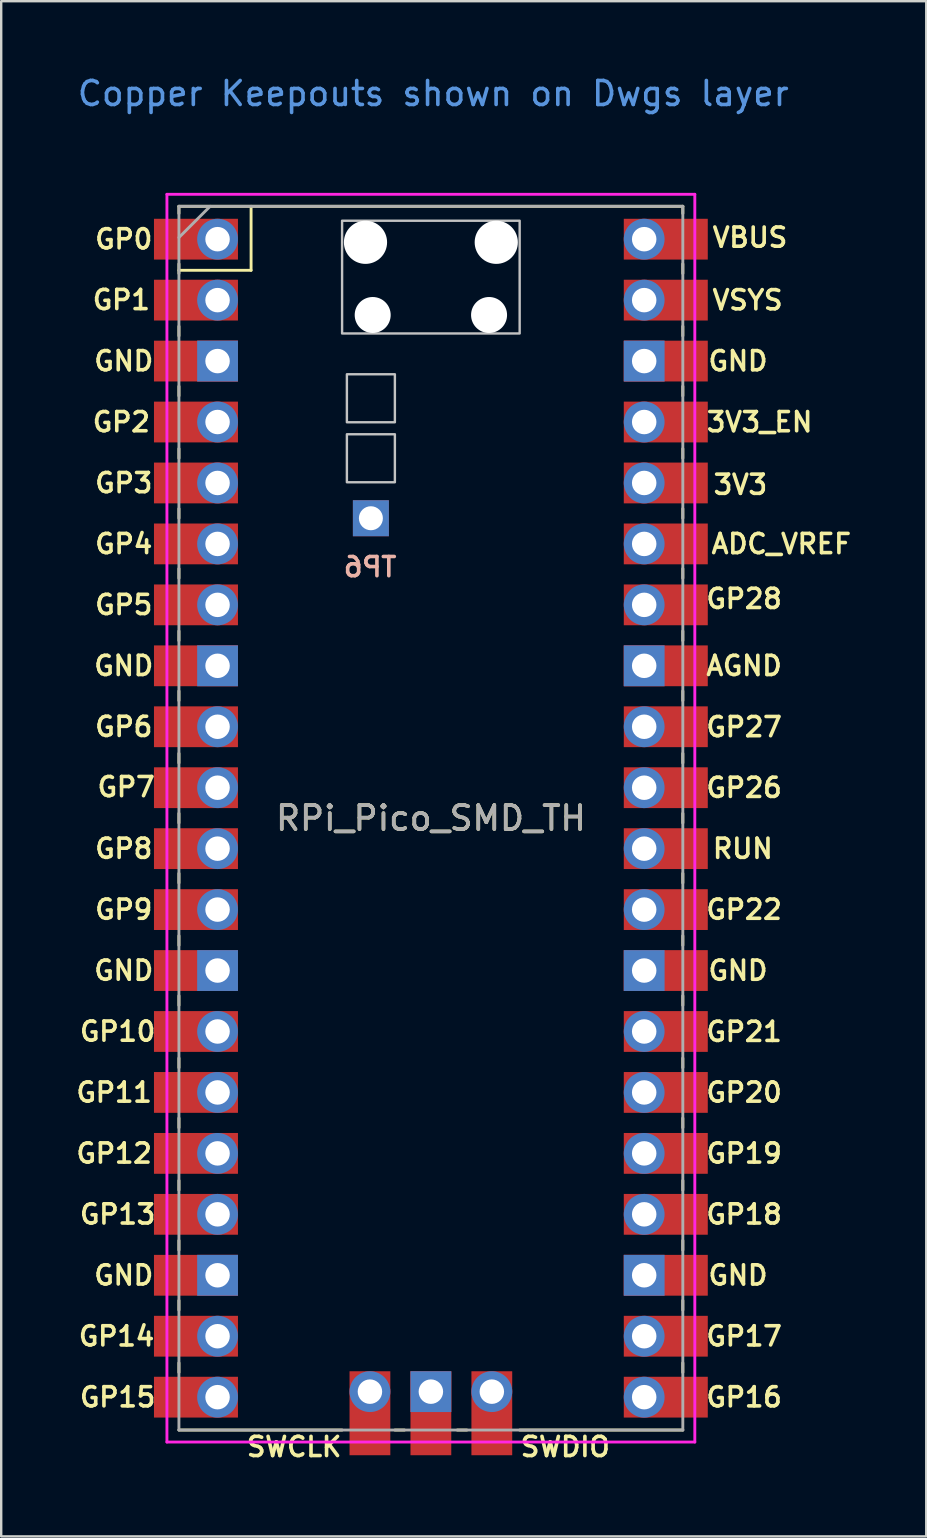
<source format=kicad_pcb>
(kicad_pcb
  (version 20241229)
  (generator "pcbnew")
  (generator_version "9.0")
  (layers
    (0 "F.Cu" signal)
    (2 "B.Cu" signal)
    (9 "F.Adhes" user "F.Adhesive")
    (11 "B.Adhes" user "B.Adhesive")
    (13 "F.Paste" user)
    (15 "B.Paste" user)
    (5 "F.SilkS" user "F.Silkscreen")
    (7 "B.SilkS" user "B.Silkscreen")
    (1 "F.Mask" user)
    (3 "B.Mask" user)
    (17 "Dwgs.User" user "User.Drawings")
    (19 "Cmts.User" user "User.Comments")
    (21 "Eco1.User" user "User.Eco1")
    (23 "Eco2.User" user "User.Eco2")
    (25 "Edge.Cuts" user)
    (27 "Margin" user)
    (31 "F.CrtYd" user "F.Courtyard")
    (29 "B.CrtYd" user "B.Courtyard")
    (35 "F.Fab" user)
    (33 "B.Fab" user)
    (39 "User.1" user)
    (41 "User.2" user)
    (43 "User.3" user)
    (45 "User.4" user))
  (footprint "RPi_Pico_SMD_TH"
    (layer "F.Cu")
    (at 14.907 31.048)
    (property "Reference" "RPi_Pico_SMD_TH" (at 0 0 0) (layer "F.SilkS") (effects (font (size 1 1) (thickness 0.15))))
    (attr through_hole)
    (fp_line (start -10.5 -25.5) (end -10.5 -25.2) (stroke (width 0.12) (type solid)) (layer "F.SilkS"))
    (fp_line (start -10.5 -25.5) (end 10.5 -25.5) (stroke (width 0.12) (type solid)) (layer "F.SilkS"))
    (fp_line (start -10.5 -23.1) (end -10.5 -22.7) (stroke (width 0.12) (type solid)) (layer "F.SilkS"))
    (fp_line (start -10.5 -22.833) (end -7.493 -22.833) (stroke (width 0.12) (type solid)) (layer "F.SilkS"))
    (fp_line (start -10.5 -20.5) (end -10.5 -20.1) (stroke (width 0.12) (type solid)) (layer "F.SilkS"))
    (fp_line (start -10.5 -18) (end -10.5 -17.6) (stroke (width 0.12) (type solid)) (layer "F.SilkS"))
    (fp_line (start -10.5 -15.4) (end -10.5 -15) (stroke (width 0.12) (type solid)) (layer "F.SilkS"))
    (fp_line (start -10.5 -12.9) (end -10.5 -12.5) (stroke (width 0.12) (type solid)) (layer "F.SilkS"))
    (fp_line (start -10.5 -10.4) (end -10.5 -10) (stroke (width 0.12) (type solid)) (layer "F.SilkS"))
    (fp_line (start -10.5 -7.8) (end -10.5 -7.4) (stroke (width 0.12) (type solid)) (layer "F.SilkS"))
    (fp_line (start -10.5 -5.3) (end -10.5 -4.9) (stroke (width 0.12) (type solid)) (layer "F.SilkS"))
    (fp_line (start -10.5 -2.7) (end -10.5 -2.3) (stroke (width 0.12) (type solid)) (layer "F.SilkS"))
    (fp_line (start -10.5 -0.2) (end -10.5 0.2) (stroke (width 0.12) (type solid)) (layer "F.SilkS"))
    (fp_line (start -10.5 2.3) (end -10.5 2.7) (stroke (width 0.12) (type solid)) (layer "F.SilkS"))
    (fp_line (start -10.5 4.9) (end -10.5 5.3) (stroke (width 0.12) (type solid)) (layer "F.SilkS"))
    (fp_line (start -10.5 7.4) (end -10.5 7.8) (stroke (width 0.12) (type solid)) (layer "F.SilkS"))
    (fp_line (start -10.5 10) (end -10.5 10.4) (stroke (width 0.12) (type solid)) (layer "F.SilkS"))
    (fp_line (start -10.5 12.5) (end -10.5 12.9) (stroke (width 0.12) (type solid)) (layer "F.SilkS"))
    (fp_line (start -10.5 15.1) (end -10.5 15.5) (stroke (width 0.12) (type solid)) (layer "F.SilkS"))
    (fp_line (start -10.5 17.6) (end -10.5 18) (stroke (width 0.12) (type solid)) (layer "F.SilkS"))
    (fp_line (start -10.5 20.1) (end -10.5 20.5) (stroke (width 0.12) (type solid)) (layer "F.SilkS"))
    (fp_line (start -10.5 22.7) (end -10.5 23.1) (stroke (width 0.12) (type solid)) (layer "F.SilkS"))
    (fp_line (start -7.493 -22.833) (end -7.493 -25.5) (stroke (width 0.12) (type solid)) (layer "F.SilkS"))
    (fp_line (start -3.7 25.5) (end -10.5 25.5) (stroke (width 0.12) (type solid)) (layer "F.SilkS"))
    (fp_line (start -1.5 25.5) (end -1.1 25.5) (stroke (width 0.12) (type solid)) (layer "F.SilkS"))
    (fp_line (start 1.1 25.5) (end 1.5 25.5) (stroke (width 0.12) (type solid)) (layer "F.SilkS"))
    (fp_line (start 10.5 -25.5) (end 10.5 -25.2) (stroke (width 0.12) (type solid)) (layer "F.SilkS"))
    (fp_line (start 10.5 -23.1) (end 10.5 -22.7) (stroke (width 0.12) (type solid)) (layer "F.SilkS"))
    (fp_line (start 10.5 -20.5) (end 10.5 -20.1) (stroke (width 0.12) (type solid)) (layer "F.SilkS"))
    (fp_line (start 10.5 -18) (end 10.5 -17.6) (stroke (width 0.12) (type solid)) (layer "F.SilkS"))
    (fp_line (start 10.5 -15.4) (end 10.5 -15) (stroke (width 0.12) (type solid)) (layer "F.SilkS"))
    (fp_line (start 10.5 -12.9) (end 10.5 -12.5) (stroke (width 0.12) (type solid)) (layer "F.SilkS"))
    (fp_line (start 10.5 -10.4) (end 10.5 -10) (stroke (width 0.12) (type solid)) (layer "F.SilkS"))
    (fp_line (start 10.5 -7.8) (end 10.5 -7.4) (stroke (width 0.12) (type solid)) (layer "F.SilkS"))
    (fp_line (start 10.5 -5.3) (end 10.5 -4.9) (stroke (width 0.12) (type solid)) (layer "F.SilkS"))
    (fp_line (start 10.5 -2.7) (end 10.5 -2.3) (stroke (width 0.12) (type solid)) (layer "F.SilkS"))
    (fp_line (start 10.5 -0.2) (end 10.5 0.2) (stroke (width 0.12) (type solid)) (layer "F.SilkS"))
    (fp_line (start 10.5 2.3) (end 10.5 2.7) (stroke (width 0.12) (type solid)) (layer "F.SilkS"))
    (fp_line (start 10.5 4.9) (end 10.5 5.3) (stroke (width 0.12) (type solid)) (layer "F.SilkS"))
    (fp_line (start 10.5 7.4) (end 10.5 7.8) (stroke (width 0.12) (type solid)) (layer "F.SilkS"))
    (fp_line (start 10.5 10) (end 10.5 10.4) (stroke (width 0.12) (type solid)) (layer "F.SilkS"))
    (fp_line (start 10.5 12.5) (end 10.5 12.9) (stroke (width 0.12) (type solid)) (layer "F.SilkS"))
    (fp_line (start 10.5 15.1) (end 10.5 15.5) (stroke (width 0.12) (type solid)) (layer "F.SilkS"))
    (fp_line (start 10.5 17.6) (end 10.5 18) (stroke (width 0.12) (type solid)) (layer "F.SilkS"))
    (fp_line (start 10.5 20.1) (end 10.5 20.5) (stroke (width 0.12) (type solid)) (layer "F.SilkS"))
    (fp_line (start 10.5 22.7) (end 10.5 23.1) (stroke (width 0.12) (type solid)) (layer "F.SilkS"))
    (fp_line (start 10.5 25.5) (end 3.7 25.5) (stroke (width 0.12) (type solid)) (layer "F.SilkS"))
    (fp_poly (pts (xy -1.5 -16.5) (xy -3.5 -16.5) (xy -3.5 -18.5) (xy -1.5 -18.5)) (stroke (width 0.1) (type solid)) (fill no) (layer "Dwgs.User"))
    (fp_poly (pts (xy -1.5 -14) (xy -3.5 -14) (xy -3.5 -16) (xy -1.5 -16)) (stroke (width 0.1) (type solid)) (fill no) (layer "Dwgs.User"))
    (fp_poly (pts (xy 3.7 -20.2) (xy -3.7 -20.2) (xy -3.7 -24.9) (xy 3.7 -24.9)) (stroke (width 0.1) (type solid)) (fill no) (layer "Dwgs.User"))
    (fp_line (start -11 -26) (end 11 -26) (stroke (width 0.12) (type solid)) (layer "F.CrtYd"))
    (fp_line (start -11 26) (end -11 -26) (stroke (width 0.12) (type solid)) (layer "F.CrtYd"))
    (fp_line (start 11 -26) (end 11 26) (stroke (width 0.12) (type solid)) (layer "F.CrtYd"))
    (fp_line (start 11 26) (end -11 26) (stroke (width 0.12) (type solid)) (layer "F.CrtYd"))
    (fp_line (start -10.5 -25.5) (end 10.5 -25.5) (stroke (width 0.12) (type solid)) (layer "F.Fab"))
    (fp_line (start -10.5 -24.2) (end -9.2 -25.5) (stroke (width 0.12) (type solid)) (layer "F.Fab"))
    (fp_line (start -10.5 25.5) (end -10.5 -25.5) (stroke (width 0.12) (type solid)) (layer "F.Fab"))
    (fp_line (start 10.5 -25.5) (end 10.5 25.5) (stroke (width 0.12) (type solid)) (layer "F.Fab"))
    (fp_line (start 10.5 25.5) (end -10.5 25.5) (stroke (width 0.12) (type solid)) (layer "F.Fab"))
    (fp_text user "GP21" (at 13.054 8.9 0) (layer "F.SilkS") (effects (font (size 0.8 0.8) (thickness 0.15))))
    (fp_text user "GP14" (at -13.1 21.59 0) (layer "F.SilkS") (effects (font (size 0.8 0.8) (thickness 0.15))))
    (fp_text user "GP5" (at -12.8 -8.89 0) (layer "F.SilkS") (effects (font (size 0.8 0.8) (thickness 0.15))))
    (fp_text user "GP10" (at -13.054 8.89 0) (layer "F.SilkS") (effects (font (size 0.8 0.8) (thickness 0.15))))
    (fp_text user "GP13" (at -13.054 16.51 0) (layer "F.SilkS") (effects (font (size 0.8 0.8) (thickness 0.15))))
    (fp_text user "AGND" (at 13.054 -6.35 0) (layer "F.SilkS") (effects (font (size 0.8 0.8) (thickness 0.15))))
    (fp_text user "GP9" (at -12.8 3.81 0) (layer "F.SilkS") (effects (font (size 0.8 0.8) (thickness 0.15))))
    (fp_text user "GND" (at -12.8 -6.35 0) (layer "F.SilkS") (effects (font (size 0.8 0.8) (thickness 0.15))))
    (fp_text user "GP26" (at 13.054 -1.27 0) (layer "F.SilkS") (effects (font (size 0.8 0.8) (thickness 0.15))))
    (fp_text user "GND" (at 12.8 6.35 0) (layer "F.SilkS") (effects (font (size 0.8 0.8) (thickness 0.15))))
    (fp_text user "GND" (at -12.8 -19.05 0) (layer "F.SilkS") (effects (font (size 0.8 0.8) (thickness 0.15))))
    (fp_text user "GP4" (at -12.8 -11.43 0) (layer "F.SilkS") (effects (font (size 0.8 0.8) (thickness 0.15))))
    (fp_text user "GND" (at 12.8 -19.05 0) (layer "F.SilkS") (effects (font (size 0.8 0.8) (thickness 0.15))))
    (fp_text user "GP28" (at 13.054 -9.144 0) (layer "F.SilkS") (effects (font (size 0.8 0.8) (thickness 0.15))))
    (fp_text user "GND" (at -12.8 19.05 0) (layer "F.SilkS") (effects (font (size 0.8 0.8) (thickness 0.15))))
    (fp_text user "VBUS" (at 13.3 -24.2 0) (layer "F.SilkS") (effects (font (size 0.8 0.8) (thickness 0.15))))
    (fp_text user "VSYS" (at 13.2 -21.59 0) (layer "F.SilkS") (effects (font (size 0.8 0.8) (thickness 0.15))))
    (fp_text user "GP12" (at -13.2 13.97 0) (layer "F.SilkS") (effects (font (size 0.8 0.8) (thickness 0.15))))
    (fp_text user "3V3" (at 12.9 -13.9 0) (layer "F.SilkS") (effects (font (size 0.8 0.8) (thickness 0.15))))
    (fp_text user "GP3" (at -12.8 -13.97 0) (layer "F.SilkS") (effects (font (size 0.8 0.8) (thickness 0.15))))
    (fp_text user "GP7" (at -12.7 -1.3 0) (layer "F.SilkS") (effects (font (size 0.8 0.8) (thickness 0.15))))
    (fp_text user "GP6" (at -12.8 -3.81 0) (layer "F.SilkS") (effects (font (size 0.8 0.8) (thickness 0.15))))
    (fp_text user "GP1" (at -12.9 -21.6 0) (layer "F.SilkS") (effects (font (size 0.8 0.8) (thickness 0.15))))
    (fp_text user "SWDIO" (at 5.6 26.2 0) (layer "F.SilkS") (effects (font (size 0.8 0.8) (thickness 0.15))))
    (fp_text user "GP8" (at -12.8 1.27 0) (layer "F.SilkS") (effects (font (size 0.8 0.8) (thickness 0.15))))
    (fp_text user "GP16" (at 13.054 24.13 0) (layer "F.SilkS") (effects (font (size 0.8 0.8) (thickness 0.15))))
    (fp_text user "GND" (at 12.8 19.05 0) (layer "F.SilkS") (effects (font (size 0.8 0.8) (thickness 0.15))))
    (fp_text user "3V3_EN" (at 13.7 -16.51 0) (layer "F.SilkS") (effects (font (size 0.8 0.8) (thickness 0.15))))
    (fp_text user "GP22" (at 13.054 3.81 0) (layer "F.SilkS") (effects (font (size 0.8 0.8) (thickness 0.15))))
    (fp_text user "RUN" (at 13 1.27 0) (layer "F.SilkS") (effects (font (size 0.8 0.8) (thickness 0.15))))
    (fp_text user "GP0" (at -12.8 -24.13 0) (layer "F.SilkS") (effects (font (size 0.8 0.8) (thickness 0.15))))
    (fp_text user "GP27" (at 13.054 -3.8 0) (layer "F.SilkS") (effects (font (size 0.8 0.8) (thickness 0.15))))
    (fp_text user "GP15" (at -13.054 24.13 0) (layer "F.SilkS") (effects (font (size 0.8 0.8) (thickness 0.15))))
    (fp_text user "GP11" (at -13.2 11.43 0) (layer "F.SilkS") (effects (font (size 0.8 0.8) (thickness 0.15))))
    (fp_text user "GP20" (at 13.054 11.43 0) (layer "F.SilkS") (effects (font (size 0.8 0.8) (thickness 0.15))))
    (fp_text user "GND" (at -12.8 6.35 0) (layer "F.SilkS") (effects (font (size 0.8 0.8) (thickness 0.15))))
    (fp_text user "GP2" (at -12.9 -16.51 0) (layer "F.SilkS") (effects (font (size 0.8 0.8) (thickness 0.15))))
    (fp_text user "GP17" (at 13.054 21.59 0) (layer "F.SilkS") (effects (font (size 0.8 0.8) (thickness 0.15))))
    (fp_text user "SWCLK" (at -5.7 26.2 0) (layer "F.SilkS") (effects (font (size 0.8 0.8) (thickness 0.15))))
    (fp_text user "ADC_VREF" (at 14.605 -11.43 0) (layer "F.SilkS") (effects (font (size 0.8 0.8) (thickness 0.15))))
    (fp_text user "GP18" (at 13.054 16.51 0) (layer "F.SilkS") (effects (font (size 0.8 0.8) (thickness 0.15))))
    (fp_text user "GP19" (at 13.054 13.97 0) (layer "F.SilkS") (effects (font (size 0.8 0.8) (thickness 0.15))))
    (fp_text user "TP6" (at -1.35 -10 0) (unlocked yes) (layer "B.SilkS") (effects (font (size 0.8 0.8) (thickness 0.15) (bold yes)) (justify left bottom mirror)))
    (fp_text user "Copper Keepouts shown on Dwgs layer" (at 0.1 -30.2 0) (layer "Cmts.User") (effects (font (size 1 1) (thickness 0.15))))
    (fp_text user "${REFERENCE}" (at 0 0 180) (layer "F.Fab") (effects (font (size 1 1) (thickness 0.15))))
    (pad "" np_thru_hole oval (at -2.725 -24) (size 1.8 1.8) (drill 1.8) (layers "*.Cu" "*.Mask"))
    (pad "" np_thru_hole oval (at -2.425 -20.97) (size 1.5 1.5) (drill 1.5) (layers "*.Cu" "*.Mask"))
    (pad "" np_thru_hole oval (at 2.425 -20.97) (size 1.5 1.5) (drill 1.5) (layers "*.Cu" "*.Mask"))
    (pad "" np_thru_hole oval (at 2.725 -24) (size 1.8 1.8) (drill 1.8) (layers "*.Cu" "*.Mask"))
    (pad "1" thru_hole oval (at -8.89 -24.13) (size 1.7 1.7) (drill 1.02) (layers "*.Cu" "*.Mask"))
    (pad "1" smd rect (at -8.89 -24.13) (size 3.5 1.7) (drill (offset -0.9 0)) (layers "F.Cu" "F.Mask"))
    (pad "2" thru_hole oval (at -8.89 -21.59) (size 1.7 1.7) (drill 1.02) (layers "*.Cu" "*.Mask"))
    (pad "2" smd rect (at -8.89 -21.59) (size 3.5 1.7) (drill (offset -0.9 0)) (layers "F.Cu" "F.Mask"))
    (pad "3" thru_hole rect (at -8.89 -19.05) (size 1.7 1.7) (drill 1.02) (layers "*.Cu" "*.Mask"))
    (pad "3" smd rect (at -8.89 -19.05) (size 3.5 1.7) (drill (offset -0.9 0)) (layers "F.Cu" "F.Mask"))
    (pad "4" thru_hole oval (at -8.89 -16.51) (size 1.7 1.7) (drill 1.02) (layers "*.Cu" "*.Mask"))
    (pad "4" smd rect (at -8.89 -16.51) (size 3.5 1.7) (drill (offset -0.9 0)) (layers "F.Cu" "F.Mask"))
    (pad "5" thru_hole oval (at -8.89 -13.97) (size 1.7 1.7) (drill 1.02) (layers "*.Cu" "*.Mask"))
    (pad "5" smd rect (at -8.89 -13.97) (size 3.5 1.7) (drill (offset -0.9 0)) (layers "F.Cu" "F.Mask"))
    (pad "6" thru_hole oval (at -8.89 -11.43) (size 1.7 1.7) (drill 1.02) (layers "*.Cu" "*.Mask"))
    (pad "6" smd rect (at -8.89 -11.43) (size 3.5 1.7) (drill (offset -0.9 0)) (layers "F.Cu" "F.Mask"))
    (pad "7" thru_hole oval (at -8.89 -8.89) (size 1.7 1.7) (drill 1.02) (layers "*.Cu" "*.Mask"))
    (pad "7" smd rect (at -8.89 -8.89) (size 3.5 1.7) (drill (offset -0.9 0)) (layers "F.Cu" "F.Mask"))
    (pad "8" thru_hole rect (at -8.89 -6.35) (size 1.7 1.7) (drill 1.02) (layers "*.Cu" "*.Mask"))
    (pad "8" smd rect (at -8.89 -6.35) (size 3.5 1.7) (drill (offset -0.9 0)) (layers "F.Cu" "F.Mask"))
    (pad "9" thru_hole oval (at -8.89 -3.81) (size 1.7 1.7) (drill 1.02) (layers "*.Cu" "*.Mask"))
    (pad "9" smd rect (at -8.89 -3.81) (size 3.5 1.7) (drill (offset -0.9 0)) (layers "F.Cu" "F.Mask"))
    (pad "10" thru_hole oval (at -8.89 -1.27) (size 1.7 1.7) (drill 1.02) (layers "*.Cu" "*.Mask"))
    (pad "10" smd rect (at -8.89 -1.27) (size 3.5 1.7) (drill (offset -0.9 0)) (layers "F.Cu" "F.Mask"))
    (pad "11" thru_hole oval (at -8.89 1.27) (size 1.7 1.7) (drill 1.02) (layers "*.Cu" "*.Mask"))
    (pad "11" smd rect (at -8.89 1.27) (size 3.5 1.7) (drill (offset -0.9 0)) (layers "F.Cu" "F.Mask"))
    (pad "12" thru_hole oval (at -8.89 3.81) (size 1.7 1.7) (drill 1.02) (layers "*.Cu" "*.Mask"))
    (pad "12" smd rect (at -8.89 3.81) (size 3.5 1.7) (drill (offset -0.9 0)) (layers "F.Cu" "F.Mask"))
    (pad "13" thru_hole rect (at -8.89 6.35) (size 1.7 1.7) (drill 1.02) (layers "*.Cu" "*.Mask"))
    (pad "13" smd rect (at -8.89 6.35) (size 3.5 1.7) (drill (offset -0.9 0)) (layers "F.Cu" "F.Mask"))
    (pad "14" thru_hole oval (at -8.89 8.89) (size 1.7 1.7) (drill 1.02) (layers "*.Cu" "*.Mask"))
    (pad "14" smd rect (at -8.89 8.89) (size 3.5 1.7) (drill (offset -0.9 0)) (layers "F.Cu" "F.Mask"))
    (pad "15" thru_hole oval (at -8.89 11.43) (size 1.7 1.7) (drill 1.02) (layers "*.Cu" "*.Mask"))
    (pad "15" smd rect (at -8.89 11.43) (size 3.5 1.7) (drill (offset -0.9 0)) (layers "F.Cu" "F.Mask"))
    (pad "16" thru_hole oval (at -8.89 13.97) (size 1.7 1.7) (drill 1.02) (layers "*.Cu" "*.Mask"))
    (pad "16" smd rect (at -8.89 13.97) (size 3.5 1.7) (drill (offset -0.9 0)) (layers "F.Cu" "F.Mask"))
    (pad "17" thru_hole oval (at -8.89 16.51) (size 1.7 1.7) (drill 1.02) (layers "*.Cu" "*.Mask"))
    (pad "17" smd rect (at -8.89 16.51) (size 3.5 1.7) (drill (offset -0.9 0)) (layers "F.Cu" "F.Mask"))
    (pad "18" thru_hole rect (at -8.89 19.05) (size 1.7 1.7) (drill 1.02) (layers "*.Cu" "*.Mask"))
    (pad "18" smd rect (at -8.89 19.05) (size 3.5 1.7) (drill (offset -0.9 0)) (layers "F.Cu" "F.Mask"))
    (pad "19" thru_hole oval (at -8.89 21.59) (size 1.7 1.7) (drill 1.02) (layers "*.Cu" "*.Mask"))
    (pad "19" smd rect (at -8.89 21.59) (size 3.5 1.7) (drill (offset -0.9 0)) (layers "F.Cu" "F.Mask"))
    (pad "20" thru_hole oval (at -8.89 24.13) (size 1.7 1.7) (drill 1.02) (layers "*.Cu" "*.Mask"))
    (pad "20" smd rect (at -8.89 24.13) (size 3.5 1.7) (drill (offset -0.9 0)) (layers "F.Cu" "F.Mask"))
    (pad "21" thru_hole oval (at 8.89 24.13) (size 1.7 1.7) (drill 1.02) (layers "*.Cu" "*.Mask"))
    (pad "21" smd rect (at 8.89 24.13) (size 3.5 1.7) (drill (offset 0.9 0)) (layers "F.Cu" "F.Mask"))
    (pad "22" thru_hole oval (at 8.89 21.59) (size 1.7 1.7) (drill 1.02) (layers "*.Cu" "*.Mask"))
    (pad "22" smd rect (at 8.89 21.59) (size 3.5 1.7) (drill (offset 0.9 0)) (layers "F.Cu" "F.Mask"))
    (pad "23" thru_hole rect (at 8.89 19.05) (size 1.7 1.7) (drill 1.02) (layers "*.Cu" "*.Mask"))
    (pad "23" smd rect (at 8.89 19.05) (size 3.5 1.7) (drill (offset 0.9 0)) (layers "F.Cu" "F.Mask"))
    (pad "24" thru_hole oval (at 8.89 16.51) (size 1.7 1.7) (drill 1.02) (layers "*.Cu" "*.Mask"))
    (pad "24" smd rect (at 8.89 16.51) (size 3.5 1.7) (drill (offset 0.9 0)) (layers "F.Cu" "F.Mask"))
    (pad "25" thru_hole oval (at 8.89 13.97) (size 1.7 1.7) (drill 1.02) (layers "*.Cu" "*.Mask"))
    (pad "25" smd rect (at 8.89 13.97) (size 3.5 1.7) (drill (offset 0.9 0)) (layers "F.Cu" "F.Mask"))
    (pad "26" thru_hole oval (at 8.89 11.43) (size 1.7 1.7) (drill 1.02) (layers "*.Cu" "*.Mask"))
    (pad "26" smd rect (at 8.89 11.43) (size 3.5 1.7) (drill (offset 0.9 0)) (layers "F.Cu" "F.Mask"))
    (pad "27" thru_hole oval (at 8.89 8.89) (size 1.7 1.7) (drill 1.02) (layers "*.Cu" "*.Mask"))
    (pad "27" smd rect (at 8.89 8.89) (size 3.5 1.7) (drill (offset 0.9 0)) (layers "F.Cu" "F.Mask"))
    (pad "28" thru_hole rect (at 8.89 6.35) (size 1.7 1.7) (drill 1.02) (layers "*.Cu" "*.Mask"))
    (pad "28" smd rect (at 8.89 6.35) (size 3.5 1.7) (drill (offset 0.9 0)) (layers "F.Cu" "F.Mask"))
    (pad "29" thru_hole oval (at 8.89 3.81) (size 1.7 1.7) (drill 1.02) (layers "*.Cu" "*.Mask"))
    (pad "29" smd rect (at 8.89 3.81) (size 3.5 1.7) (drill (offset 0.9 0)) (layers "F.Cu" "F.Mask"))
    (pad "30" thru_hole oval (at 8.89 1.27) (size 1.7 1.7) (drill 1.02) (layers "*.Cu" "*.Mask"))
    (pad "30" smd rect (at 8.89 1.27) (size 3.5 1.7) (drill (offset 0.9 0)) (layers "F.Cu" "F.Mask"))
    (pad "31" thru_hole oval (at 8.89 -1.27) (size 1.7 1.7) (drill 1.02) (layers "*.Cu" "*.Mask"))
    (pad "31" smd rect (at 8.89 -1.27) (size 3.5 1.7) (drill (offset 0.9 0)) (layers "F.Cu" "F.Mask"))
    (pad "32" thru_hole oval (at 8.89 -3.81) (size 1.7 1.7) (drill 1.02) (layers "*.Cu" "*.Mask"))
    (pad "32" smd rect (at 8.89 -3.81) (size 3.5 1.7) (drill (offset 0.9 0)) (layers "F.Cu" "F.Mask"))
    (pad "33" thru_hole rect (at 8.89 -6.35) (size 1.7 1.7) (drill 1.02) (layers "*.Cu" "*.Mask"))
    (pad "33" smd rect (at 8.89 -6.35) (size 3.5 1.7) (drill (offset 0.9 0)) (layers "F.Cu" "F.Mask"))
    (pad "34" thru_hole oval (at 8.89 -8.89) (size 1.7 1.7) (drill 1.02) (layers "*.Cu" "*.Mask"))
    (pad "34" smd rect (at 8.89 -8.89) (size 3.5 1.7) (drill (offset 0.9 0)) (layers "F.Cu" "F.Mask"))
    (pad "35" thru_hole oval (at 8.89 -11.43) (size 1.7 1.7) (drill 1.02) (layers "*.Cu" "*.Mask"))
    (pad "35" smd rect (at 8.89 -11.43) (size 3.5 1.7) (drill (offset 0.9 0)) (layers "F.Cu" "F.Mask"))
    (pad "36" thru_hole oval (at 8.89 -13.97) (size 1.7 1.7) (drill 1.02) (layers "*.Cu" "*.Mask"))
    (pad "36" smd rect (at 8.89 -13.97) (size 3.5 1.7) (drill (offset 0.9 0)) (layers "F.Cu" "F.Mask"))
    (pad "37" thru_hole oval (at 8.89 -16.51) (size 1.7 1.7) (drill 1.02) (layers "*.Cu" "*.Mask"))
    (pad "37" smd rect (at 8.89 -16.51) (size 3.5 1.7) (drill (offset 0.9 0)) (layers "F.Cu" "F.Mask"))
    (pad "38" thru_hole rect (at 8.89 -19.05) (size 1.7 1.7) (drill 1.02) (layers "*.Cu" "*.Mask"))
    (pad "38" smd rect (at 8.89 -19.05) (size 3.5 1.7) (drill (offset 0.9 0)) (layers "F.Cu" "F.Mask"))
    (pad "39" thru_hole oval (at 8.89 -21.59) (size 1.7 1.7) (drill 1.02) (layers "*.Cu" "*.Mask"))
    (pad "39" smd rect (at 8.89 -21.59) (size 3.5 1.7) (drill (offset 0.9 0)) (layers "F.Cu" "F.Mask"))
    (pad "40" thru_hole oval (at 8.89 -24.13) (size 1.7 1.7) (drill 1.02) (layers "*.Cu" "*.Mask"))
    (pad "40" smd rect (at 8.89 -24.13) (size 3.5 1.7) (drill (offset 0.9 0)) (layers "F.Cu" "F.Mask"))
    (pad "41" thru_hole oval (at -2.54 23.9) (size 1.7 1.7) (drill 1.02) (layers "*.Cu" "*.Mask"))
    (pad "41" smd rect (at -2.54 23.9 90) (size 3.5 1.7) (drill (offset -0.9 0)) (layers "F.Cu" "F.Mask"))
    (pad "42" thru_hole rect (at 0 23.9) (size 1.7 1.7) (drill 1.02) (layers "*.Cu" "*.Mask"))
    (pad "42" smd rect (at 0 23.9 90) (size 3.5 1.7) (drill (offset -0.9 0)) (layers "F.Cu" "F.Mask"))
    (pad "43" thru_hole oval (at 2.54 23.9) (size 1.7 1.7) (drill 1.02) (layers "*.Cu" "*.Mask"))
    (pad "43" smd rect (at 2.54 23.9 90) (size 3.5 1.7) (drill (offset -0.9 0)) (layers "F.Cu" "F.Mask"))
    (pad "44" thru_hole rect (at -2.5 -12.5) (size 1.5 1.5) (drill 1) (layers "*.Cu" "*.Mask")))
  (gr_rect
    (start -3 -3)
    (end 35.552 60.98)
    (stroke (width 0.1) (type default))
    (fill no)
    (layer "Edge.Cuts")))
</source>
